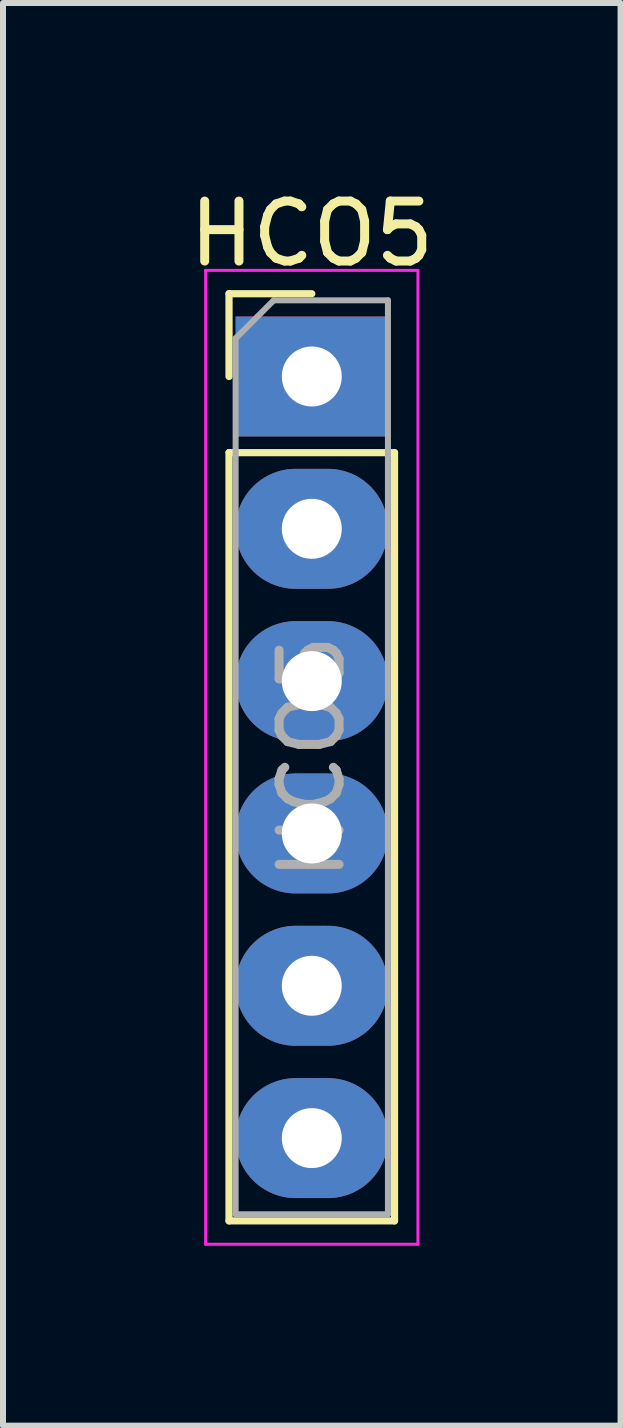
<source format=kicad_pcb>
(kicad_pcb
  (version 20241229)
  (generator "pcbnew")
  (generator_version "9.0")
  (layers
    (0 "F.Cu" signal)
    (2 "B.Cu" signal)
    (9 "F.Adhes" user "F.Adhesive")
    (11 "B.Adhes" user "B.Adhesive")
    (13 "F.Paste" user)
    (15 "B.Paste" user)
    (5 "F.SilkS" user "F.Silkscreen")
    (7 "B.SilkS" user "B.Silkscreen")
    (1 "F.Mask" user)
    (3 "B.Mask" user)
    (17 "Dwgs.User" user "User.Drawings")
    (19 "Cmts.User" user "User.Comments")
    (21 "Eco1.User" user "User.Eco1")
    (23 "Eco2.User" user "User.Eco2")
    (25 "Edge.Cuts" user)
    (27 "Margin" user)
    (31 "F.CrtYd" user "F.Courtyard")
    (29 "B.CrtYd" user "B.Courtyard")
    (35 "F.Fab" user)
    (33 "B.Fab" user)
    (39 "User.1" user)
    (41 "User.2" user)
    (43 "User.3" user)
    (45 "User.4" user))
  (footprint "HCO5"
    (layer "F.Cu")
    (at 2.149 3.228)
    (property "Reference" "HCO5" (at 0 -2.38 0) (layer "F.SilkS") (effects (font (size 1 1) (thickness 0.15))))
    (attr through_hole)
    (fp_line (start -1.38 -1.38) (end 0 -1.38) (stroke (width 0.12) (type solid)) (layer "F.SilkS"))
    (fp_line (start -1.38 0) (end -1.38 -1.38) (stroke (width 0.12) (type solid)) (layer "F.SilkS"))
    (fp_line (start -1.38 1.27) (end -1.38 14.08) (stroke (width 0.12) (type solid)) (layer "F.SilkS"))
    (fp_line (start -1.38 1.27) (end 1.38 1.27) (stroke (width 0.12) (type solid)) (layer "F.SilkS"))
    (fp_line (start -1.38 14.08) (end 1.38 14.08) (stroke (width 0.12) (type solid)) (layer "F.SilkS"))
    (fp_line (start 1.38 1.27) (end 1.38 14.08) (stroke (width 0.12) (type solid)) (layer "F.SilkS"))
    (fp_line (start -1.77 -1.77) (end -1.77 14.47) (stroke (width 0.05) (type solid)) (layer "F.CrtYd"))
    (fp_line (start -1.77 14.47) (end 1.77 14.47) (stroke (width 0.05) (type solid)) (layer "F.CrtYd"))
    (fp_line (start 1.77 -1.77) (end -1.77 -1.77) (stroke (width 0.05) (type solid)) (layer "F.CrtYd"))
    (fp_line (start 1.77 14.47) (end 1.77 -1.77) (stroke (width 0.05) (type solid)) (layer "F.CrtYd"))
    (fp_line (start -1.27 -0.635) (end -0.635 -1.27) (stroke (width 0.1) (type solid)) (layer "F.Fab"))
    (fp_line (start -1.27 13.97) (end -1.27 -0.635) (stroke (width 0.1) (type solid)) (layer "F.Fab"))
    (fp_line (start -0.635 -1.27) (end 1.27 -1.27) (stroke (width 0.1) (type solid)) (layer "F.Fab"))
    (fp_line (start 1.27 -1.27) (end 1.27 13.97) (stroke (width 0.1) (type solid)) (layer "F.Fab"))
    (fp_line (start 1.27 13.97) (end -1.27 13.97) (stroke (width 0.1) (type solid)) (layer "F.Fab"))
    (fp_text user "${REFERENCE}" (at 0 6.35 90) (layer "F.Fab") (effects (font (size 1 1) (thickness 0.15))))
    (pad "EN" thru_hole rect (at 0 0) (size 2.54 2) (drill 1) (layers "*.Cu" "*.Mask"))
    (pad "GND" thru_hole oval (at 0 5.08) (size 2.54 2) (drill 1) (layers "*.Cu" "*.Mask"))
    (pad "RXD" thru_hole oval (at 0 10.16) (size 2.54 2) (drill 1) (layers "*.Cu" "*.Mask"))
    (pad "STATE" thru_hole oval (at 0 12.7) (size 2.54 2) (drill 1) (layers "*.Cu" "*.Mask"))
    (pad "TXD" thru_hole oval (at 0 7.62) (size 2.54 2) (drill 1) (layers "*.Cu" "*.Mask"))
    (pad "VCC" thru_hole oval (at 0 2.54) (size 2.54 2) (drill 1) (layers "*.Cu" "*.Mask")))
  (gr_rect
    (start -3 -3)
    (end 7.298 20.723)
    (stroke (width 0.1) (type default))
    (fill no)
    (layer "Edge.Cuts")))
</source>
